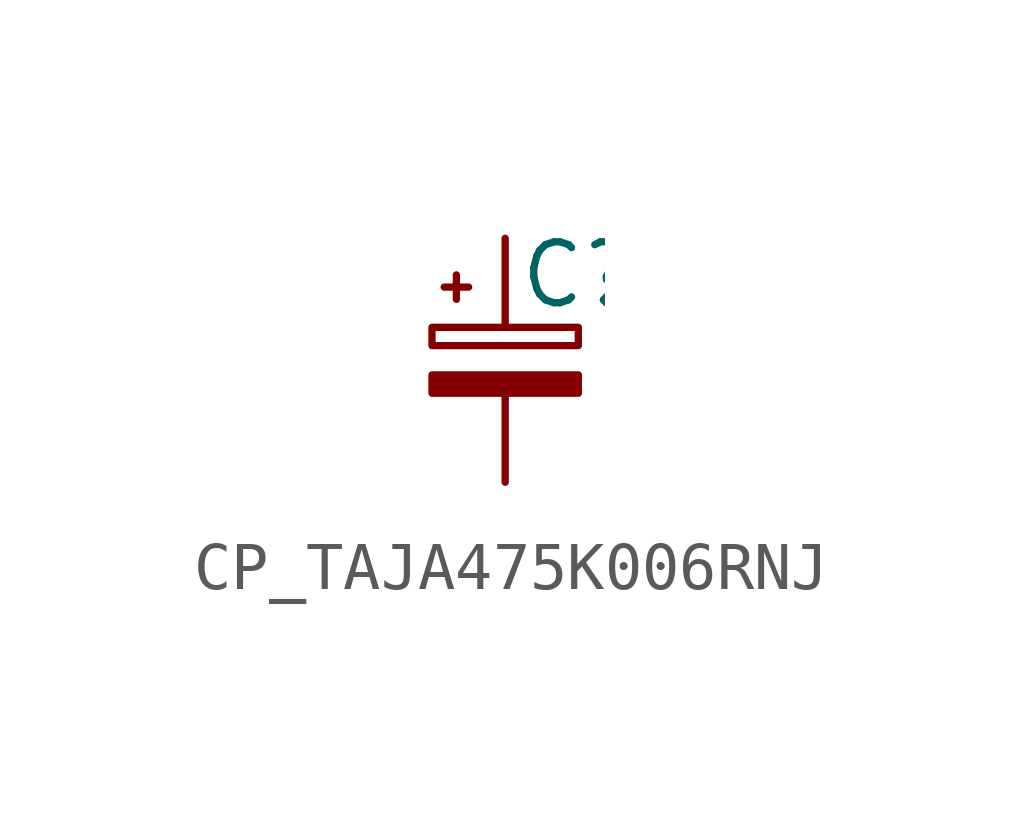
<source format=kicad_sym>
(kicad_symbol_lib
  (version 20220914)
  (generator kicad_symbol_editor)
  (symbol "CP_TAJA475K006RNJ"
    (pin_numbers hide)
    (pin_names
      (offset 0.254) hide)
    (property "Reference" "C"
      (at 0.254 1.778 0)
      (effects (font (size 1.27 1.27)) (justify left)))
    (symbol "CP_TAJA475K006RNJ_0_1"
      (rectangle (start -1.524 -0.305) (end 1.524 -0.686) (stroke (width 0) (type default)) (fill (type outline)))
      (rectangle (start -1.524 0.686) (end 1.524 0.305) (stroke (width 0) (type default)) (fill (type none)))
      (polyline (pts (xy -1.27 1.524) (xy -0.762 1.524)) (stroke (width 0) (type default)) (fill (type none)))
      (polyline (pts (xy -1.016 1.27) (xy -1.016 1.778)) (stroke (width 0) (type default)) (fill (type none))))
    (symbol "CP_TAJA475K006RNJ_1_1"
      (pin passive line (at 0 2.54 270) (length 1.854) (name "~" (effects (font (size 1.27 1.27)))) (number "1" (effects (font (size 1.27 1.27)))))
      (pin passive line (at 0 -2.54 90) (length 1.854) (name "~" (effects (font (size 1.27 1.27)))) (number "2" (effects (font (size 1.27 1.27))))))))
</source>
